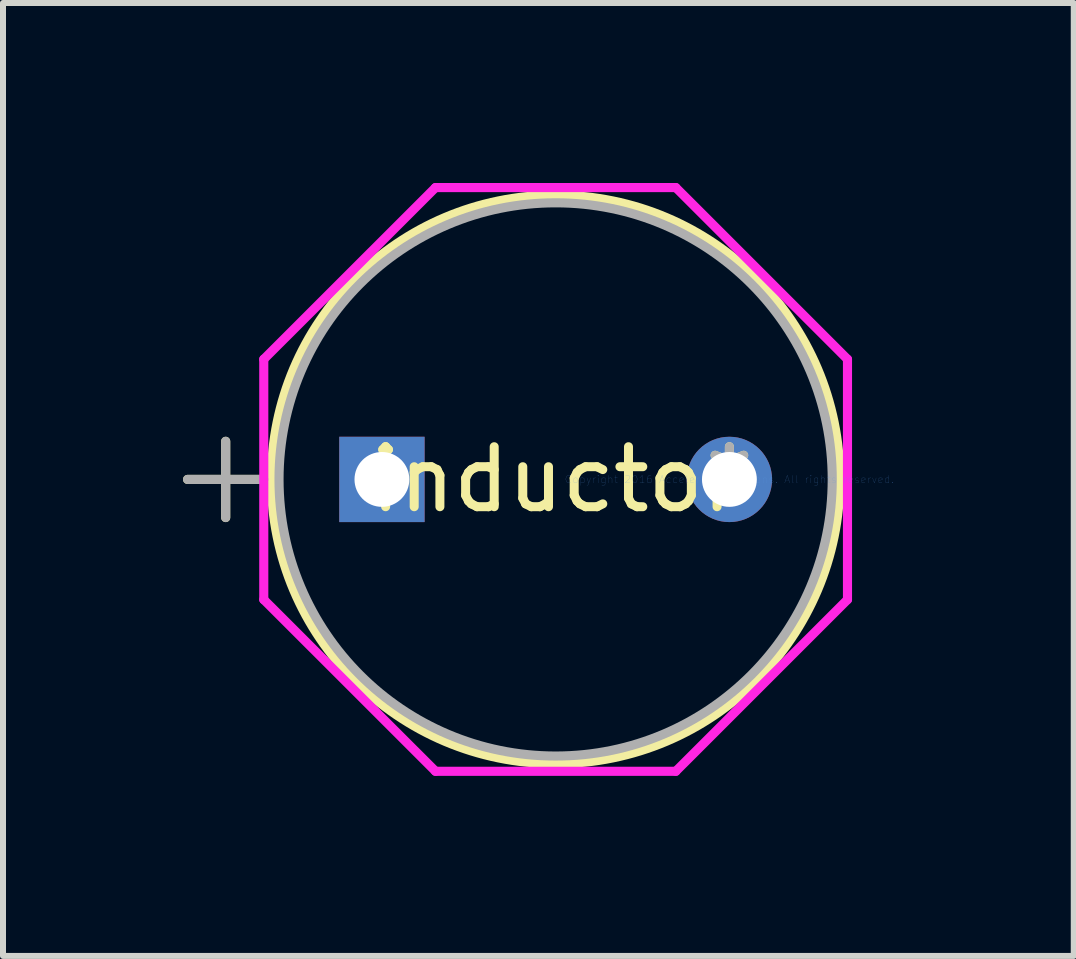
<source format=kicad_pcb>
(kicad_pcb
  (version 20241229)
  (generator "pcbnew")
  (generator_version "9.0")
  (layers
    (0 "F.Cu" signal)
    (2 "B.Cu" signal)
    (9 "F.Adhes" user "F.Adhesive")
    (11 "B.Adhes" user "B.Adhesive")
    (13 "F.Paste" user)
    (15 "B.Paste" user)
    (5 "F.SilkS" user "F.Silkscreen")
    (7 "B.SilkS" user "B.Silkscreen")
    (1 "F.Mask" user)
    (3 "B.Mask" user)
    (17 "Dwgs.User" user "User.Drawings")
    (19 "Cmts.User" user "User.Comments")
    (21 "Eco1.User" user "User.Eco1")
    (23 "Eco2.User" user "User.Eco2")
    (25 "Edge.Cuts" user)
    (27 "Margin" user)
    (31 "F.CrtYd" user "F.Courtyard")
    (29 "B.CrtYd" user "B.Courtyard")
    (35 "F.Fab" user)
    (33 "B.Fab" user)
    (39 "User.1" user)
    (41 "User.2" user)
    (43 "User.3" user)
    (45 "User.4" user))
  (footprint "inductor"
    (layer "F.Cu")
    (at 9.106 4.94)
    (property "Reference" "inductor" (at -2.896 0 0) (layer "F.SilkS") (effects (font (size 1 1) (thickness 0.15))))
    (attr through_hole)
    (fp_line (start -9.03 0) (end -7.76 0) (stroke (width 0.152) (type solid)) (layer "F.SilkS"))
    (fp_line (start -8.395 -0.635) (end -8.395 0.635) (stroke (width 0.152) (type solid)) (layer "F.SilkS"))
    (fp_circle (center -2.896 0) (end 1.841 0) (stroke (width 0.152) (type solid)) (fill no) (layer "F.SilkS"))
    (fp_line (start -7.76 -2.003) (end -4.898 -4.864) (stroke (width 0.152) (type solid)) (layer "F.CrtYd"))
    (fp_line (start -7.76 2.003) (end -7.76 -2.003) (stroke (width 0.152) (type solid)) (layer "F.CrtYd"))
    (fp_line (start -4.898 -4.864) (end -0.893 -4.864) (stroke (width 0.152) (type solid)) (layer "F.CrtYd"))
    (fp_line (start -4.898 4.864) (end -7.76 2.003) (stroke (width 0.152) (type solid)) (layer "F.CrtYd"))
    (fp_line (start -0.893 -4.864) (end 1.968 -2.003) (stroke (width 0.152) (type solid)) (layer "F.CrtYd"))
    (fp_line (start -0.893 4.864) (end -4.898 4.864) (stroke (width 0.152) (type solid)) (layer "F.CrtYd"))
    (fp_line (start 1.968 -2.003) (end 1.968 2.003) (stroke (width 0.152) (type solid)) (layer "F.CrtYd"))
    (fp_line (start 1.968 2.003) (end -0.893 4.864) (stroke (width 0.152) (type solid)) (layer "F.CrtYd"))
    (fp_line (start -9.03 0) (end -7.76 0) (stroke (width 0.152) (type solid)) (layer "F.Fab"))
    (fp_line (start -8.395 -0.635) (end -8.395 0.635) (stroke (width 0.152) (type solid)) (layer "F.Fab"))
    (fp_circle (center -2.896 0) (end 1.714 0) (stroke (width 0.152) (type solid)) (fill no) (layer "F.Fab"))
    (fp_text user "*" (at 0 0 0) (layer "F.SilkS") (effects (font (size 1 1) (thickness 0.15))))
    (fp_text user "Copyright 2016 Accelerated Designs. All rights reserved." (at 0 0 0) (layer "Cmts.User") (effects (font (size 0.127 0.127) (thickness 0.002))))
    (fp_text user "*" (at 0 0 0) (layer "F.Fab") (effects (font (size 1 1) (thickness 0.15))))
    (pad "1" thru_hole rect (at -5.791 0) (size 1.422 1.422) (drill 0.914) (layers "*.Cu" "*.Mask"))
    (pad "2" thru_hole circle (at 0 0) (size 1.422 1.422) (drill 0.914) (layers "*.Cu" "*.Mask")))
  (gr_rect
    (start -3 -3)
    (end 14.845 12.881)
    (stroke (width 0.1) (type default))
    (fill no)
    (layer "Edge.Cuts")))
</source>
